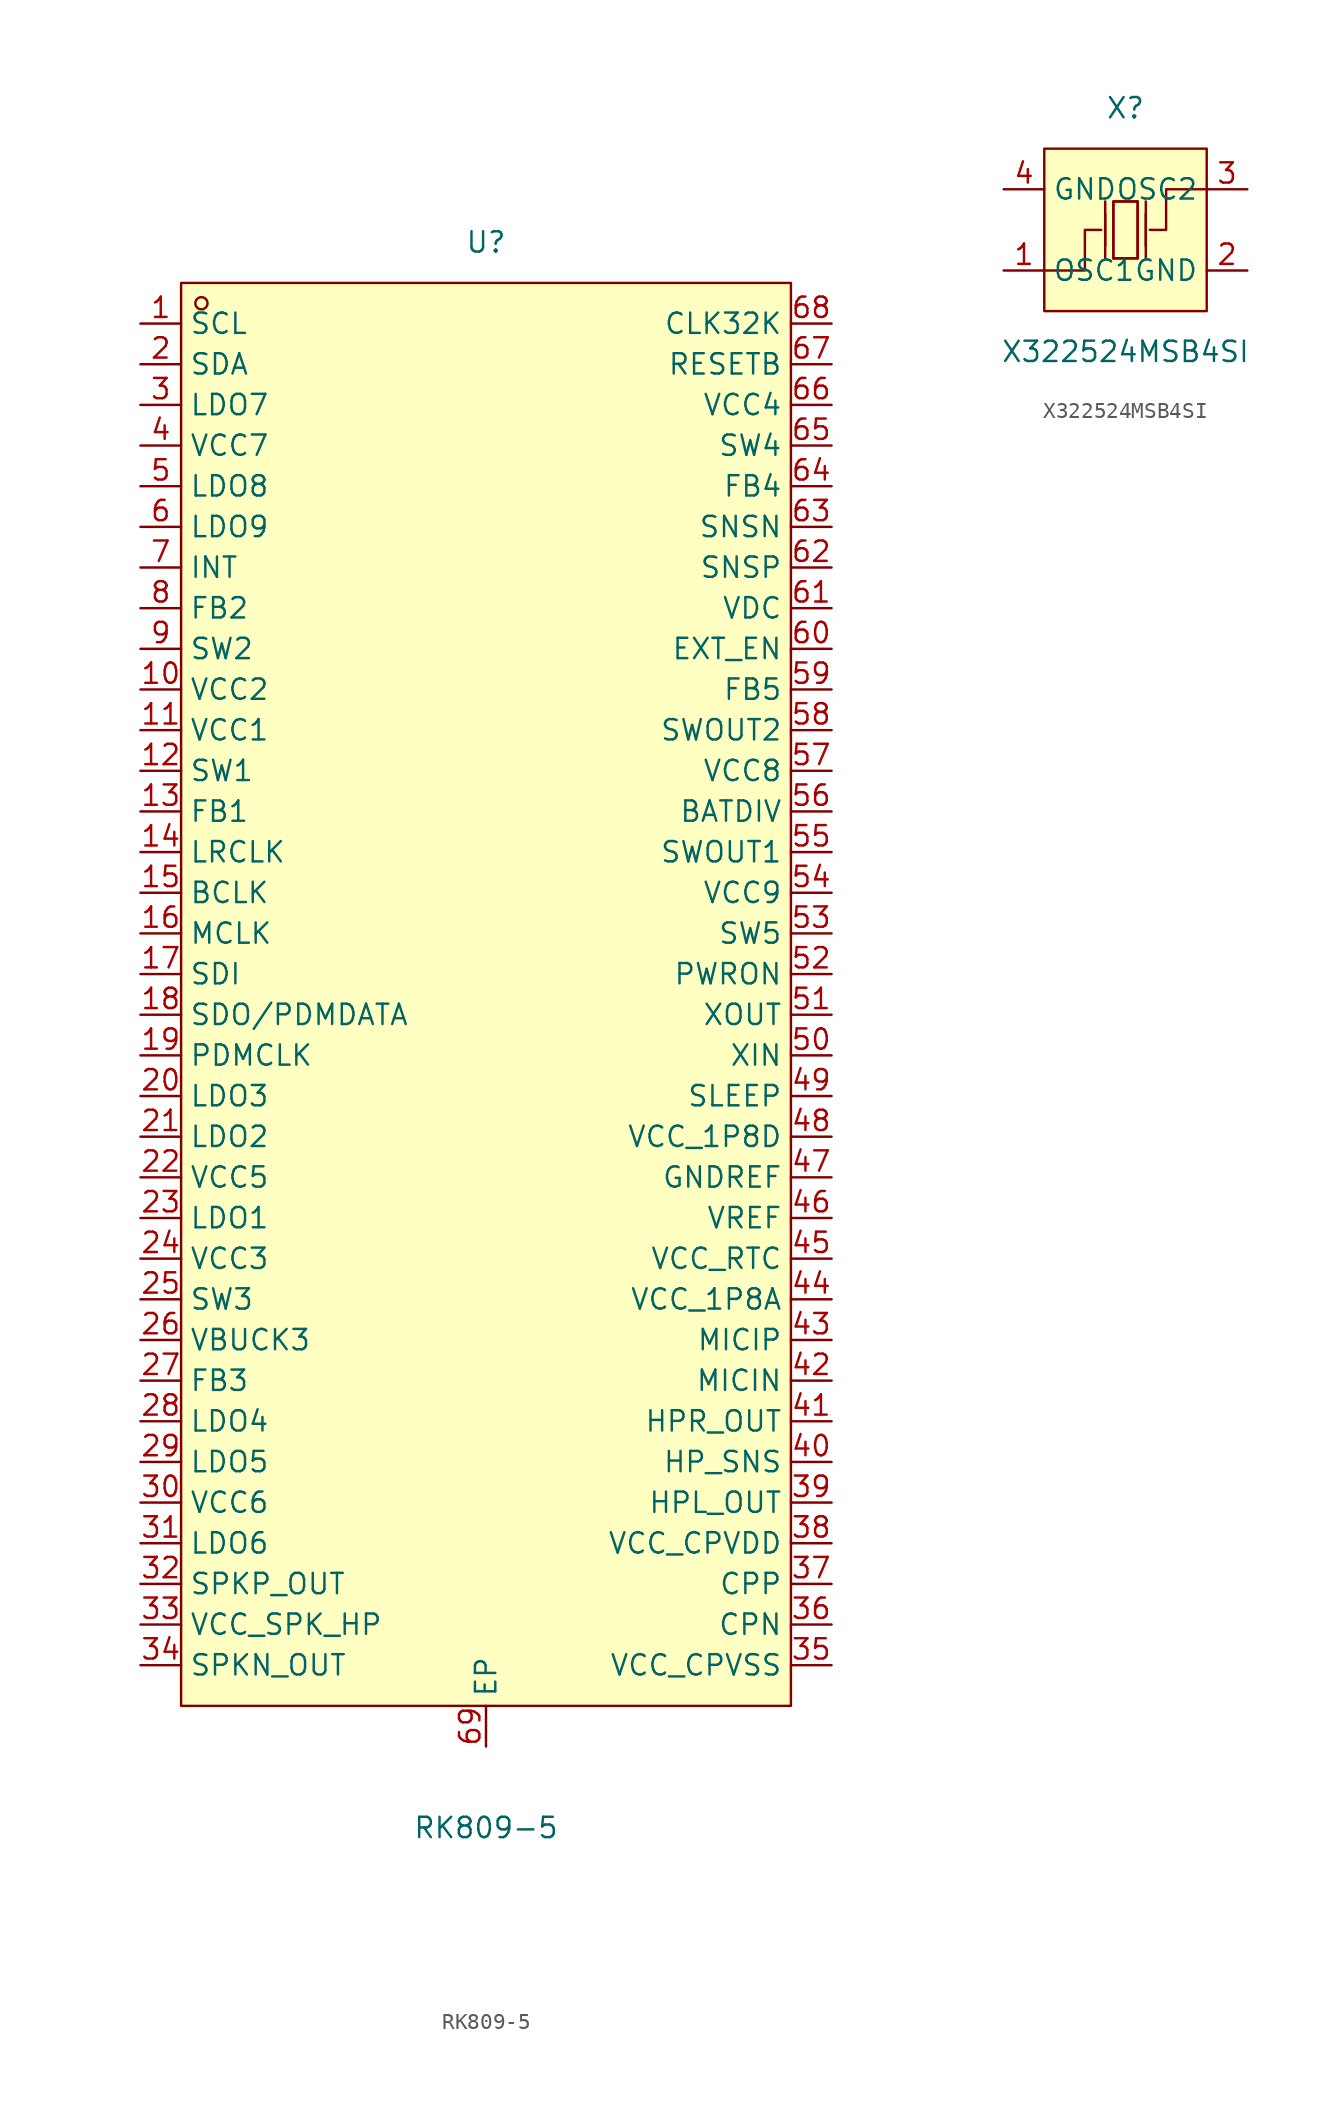
<source format=kicad_sym>
(kicad_symbol_lib
  (version 20211014)
  (generator https://github.com/uPesy/easyeda2kicad.py)
  (symbol "RK809-5"
    (property "Reference" "U"
      (at 0 46.99 0)
      (effects (font (size 1.27 1.27))))
    (property "Value" "RK809-5"
      (at 0 -52.07 0)
      (effects (font (size 1.27 1.27))))
    (symbol "RK809-5_0_1"
      (rectangle (start -19.05 44.45) (end 19.05 -44.45) (stroke (width 0) (type default) (color 0 0 0 0)) (fill (type background)))
      (circle (center -17.78 43.18) (radius 0.38) (stroke (width 0) (type default) (color 0 0 0 0)) (fill (type none)))
      (pin unspecified line (at -21.59 41.91 0) (length 2.54) (name "SCL" (effects (font (size 1.27 1.27)))) (number "1" (effects (font (size 1.27 1.27)))))
      (pin unspecified line (at -21.59 39.37 0) (length 2.54) (name "SDA" (effects (font (size 1.27 1.27)))) (number "2" (effects (font (size 1.27 1.27)))))
      (pin unspecified line (at -21.59 36.83 0) (length 2.54) (name "LDO7" (effects (font (size 1.27 1.27)))) (number "3" (effects (font (size 1.27 1.27)))))
      (pin unspecified line (at -21.59 34.29 0) (length 2.54) (name "VCC7" (effects (font (size 1.27 1.27)))) (number "4" (effects (font (size 1.27 1.27)))))
      (pin unspecified line (at -21.59 31.75 0) (length 2.54) (name "LDO8" (effects (font (size 1.27 1.27)))) (number "5" (effects (font (size 1.27 1.27)))))
      (pin unspecified line (at -21.59 29.21 0) (length 2.54) (name "LDO9" (effects (font (size 1.27 1.27)))) (number "6" (effects (font (size 1.27 1.27)))))
      (pin unspecified line (at -21.59 26.67 0) (length 2.54) (name "INT" (effects (font (size 1.27 1.27)))) (number "7" (effects (font (size 1.27 1.27)))))
      (pin unspecified line (at -21.59 24.13 0) (length 2.54) (name "FB2" (effects (font (size 1.27 1.27)))) (number "8" (effects (font (size 1.27 1.27)))))
      (pin unspecified line (at -21.59 21.59 0) (length 2.54) (name "SW2" (effects (font (size 1.27 1.27)))) (number "9" (effects (font (size 1.27 1.27)))))
      (pin unspecified line (at -21.59 19.05 0) (length 2.54) (name "VCC2" (effects (font (size 1.27 1.27)))) (number "10" (effects (font (size 1.27 1.27)))))
      (pin unspecified line (at -21.59 16.51 0) (length 2.54) (name "VCC1" (effects (font (size 1.27 1.27)))) (number "11" (effects (font (size 1.27 1.27)))))
      (pin unspecified line (at -21.59 13.97 0) (length 2.54) (name "SW1" (effects (font (size 1.27 1.27)))) (number "12" (effects (font (size 1.27 1.27)))))
      (pin unspecified line (at -21.59 11.43 0) (length 2.54) (name "FB1" (effects (font (size 1.27 1.27)))) (number "13" (effects (font (size 1.27 1.27)))))
      (pin unspecified line (at -21.59 8.89 0) (length 2.54) (name "LRCLK" (effects (font (size 1.27 1.27)))) (number "14" (effects (font (size 1.27 1.27)))))
      (pin unspecified line (at -21.59 6.35 0) (length 2.54) (name "BCLK" (effects (font (size 1.27 1.27)))) (number "15" (effects (font (size 1.27 1.27)))))
      (pin unspecified line (at -21.59 3.81 0) (length 2.54) (name "MCLK" (effects (font (size 1.27 1.27)))) (number "16" (effects (font (size 1.27 1.27)))))
      (pin unspecified line (at -21.59 1.27 0) (length 2.54) (name "SDI" (effects (font (size 1.27 1.27)))) (number "17" (effects (font (size 1.27 1.27)))))
      (pin unspecified line (at -21.59 -1.27 0) (length 2.54) (name "SDO/PDMDATA" (effects (font (size 1.27 1.27)))) (number "18" (effects (font (size 1.27 1.27)))))
      (pin unspecified line (at -21.59 -3.81 0) (length 2.54) (name "PDMCLK" (effects (font (size 1.27 1.27)))) (number "19" (effects (font (size 1.27 1.27)))))
      (pin unspecified line (at -21.59 -6.35 0) (length 2.54) (name "LDO3" (effects (font (size 1.27 1.27)))) (number "20" (effects (font (size 1.27 1.27)))))
      (pin unspecified line (at -21.59 -8.89 0) (length 2.54) (name "LDO2" (effects (font (size 1.27 1.27)))) (number "21" (effects (font (size 1.27 1.27)))))
      (pin unspecified line (at -21.59 -11.43 0) (length 2.54) (name "VCC5" (effects (font (size 1.27 1.27)))) (number "22" (effects (font (size 1.27 1.27)))))
      (pin unspecified line (at -21.59 -13.97 0) (length 2.54) (name "LDO1" (effects (font (size 1.27 1.27)))) (number "23" (effects (font (size 1.27 1.27)))))
      (pin unspecified line (at -21.59 -16.51 0) (length 2.54) (name "VCC3" (effects (font (size 1.27 1.27)))) (number "24" (effects (font (size 1.27 1.27)))))
      (pin unspecified line (at -21.59 -19.05 0) (length 2.54) (name "SW3" (effects (font (size 1.27 1.27)))) (number "25" (effects (font (size 1.27 1.27)))))
      (pin unspecified line (at -21.59 -21.59 0) (length 2.54) (name "VBUCK3" (effects (font (size 1.27 1.27)))) (number "26" (effects (font (size 1.27 1.27)))))
      (pin unspecified line (at -21.59 -24.13 0) (length 2.54) (name "FB3" (effects (font (size 1.27 1.27)))) (number "27" (effects (font (size 1.27 1.27)))))
      (pin unspecified line (at -21.59 -26.67 0) (length 2.54) (name "LDO4" (effects (font (size 1.27 1.27)))) (number "28" (effects (font (size 1.27 1.27)))))
      (pin unspecified line (at -21.59 -29.21 0) (length 2.54) (name "LDO5" (effects (font (size 1.27 1.27)))) (number "29" (effects (font (size 1.27 1.27)))))
      (pin unspecified line (at -21.59 -31.75 0) (length 2.54) (name "VCC6" (effects (font (size 1.27 1.27)))) (number "30" (effects (font (size 1.27 1.27)))))
      (pin unspecified line (at -21.59 -34.29 0) (length 2.54) (name "LDO6" (effects (font (size 1.27 1.27)))) (number "31" (effects (font (size 1.27 1.27)))))
      (pin unspecified line (at -21.59 -36.83 0) (length 2.54) (name "SPKP_OUT" (effects (font (size 1.27 1.27)))) (number "32" (effects (font (size 1.27 1.27)))))
      (pin unspecified line (at -21.59 -39.37 0) (length 2.54) (name "VCC_SPK_HP" (effects (font (size 1.27 1.27)))) (number "33" (effects (font (size 1.27 1.27)))))
      (pin unspecified line (at -21.59 -41.91 0) (length 2.54) (name "SPKN_OUT" (effects (font (size 1.27 1.27)))) (number "34" (effects (font (size 1.27 1.27)))))
      (pin unspecified line (at 21.59 -41.91 180) (length 2.54) (name "VCC_CPVSS" (effects (font (size 1.27 1.27)))) (number "35" (effects (font (size 1.27 1.27)))))
      (pin unspecified line (at 21.59 -39.37 180) (length 2.54) (name "CPN" (effects (font (size 1.27 1.27)))) (number "36" (effects (font (size 1.27 1.27)))))
      (pin unspecified line (at 21.59 -36.83 180) (length 2.54) (name "CPP" (effects (font (size 1.27 1.27)))) (number "37" (effects (font (size 1.27 1.27)))))
      (pin unspecified line (at 21.59 -34.29 180) (length 2.54) (name "VCC_CPVDD" (effects (font (size 1.27 1.27)))) (number "38" (effects (font (size 1.27 1.27)))))
      (pin unspecified line (at 21.59 -31.75 180) (length 2.54) (name "HPL_OUT" (effects (font (size 1.27 1.27)))) (number "39" (effects (font (size 1.27 1.27)))))
      (pin unspecified line (at 21.59 -29.21 180) (length 2.54) (name "HP_SNS" (effects (font (size 1.27 1.27)))) (number "40" (effects (font (size 1.27 1.27)))))
      (pin unspecified line (at 21.59 -26.67 180) (length 2.54) (name "HPR_OUT" (effects (font (size 1.27 1.27)))) (number "41" (effects (font (size 1.27 1.27)))))
      (pin unspecified line (at 21.59 -24.13 180) (length 2.54) (name "MICIN" (effects (font (size 1.27 1.27)))) (number "42" (effects (font (size 1.27 1.27)))))
      (pin unspecified line (at 21.59 -21.59 180) (length 2.54) (name "MICIP" (effects (font (size 1.27 1.27)))) (number "43" (effects (font (size 1.27 1.27)))))
      (pin unspecified line (at 21.59 -19.05 180) (length 2.54) (name "VCC_1P8A" (effects (font (size 1.27 1.27)))) (number "44" (effects (font (size 1.27 1.27)))))
      (pin unspecified line (at 21.59 -16.51 180) (length 2.54) (name "VCC_RTC" (effects (font (size 1.27 1.27)))) (number "45" (effects (font (size 1.27 1.27)))))
      (pin unspecified line (at 21.59 -13.97 180) (length 2.54) (name "VREF" (effects (font (size 1.27 1.27)))) (number "46" (effects (font (size 1.27 1.27)))))
      (pin unspecified line (at 21.59 -11.43 180) (length 2.54) (name "GNDREF" (effects (font (size 1.27 1.27)))) (number "47" (effects (font (size 1.27 1.27)))))
      (pin unspecified line (at 21.59 -8.89 180) (length 2.54) (name "VCC_1P8D" (effects (font (size 1.27 1.27)))) (number "48" (effects (font (size 1.27 1.27)))))
      (pin unspecified line (at 21.59 -6.35 180) (length 2.54) (name "SLEEP" (effects (font (size 1.27 1.27)))) (number "49" (effects (font (size 1.27 1.27)))))
      (pin unspecified line (at 21.59 -3.81 180) (length 2.54) (name "XIN" (effects (font (size 1.27 1.27)))) (number "50" (effects (font (size 1.27 1.27)))))
      (pin unspecified line (at 21.59 -1.27 180) (length 2.54) (name "XOUT" (effects (font (size 1.27 1.27)))) (number "51" (effects (font (size 1.27 1.27)))))
      (pin unspecified line (at 21.59 1.27 180) (length 2.54) (name "PWRON" (effects (font (size 1.27 1.27)))) (number "52" (effects (font (size 1.27 1.27)))))
      (pin unspecified line (at 21.59 3.81 180) (length 2.54) (name "SW5" (effects (font (size 1.27 1.27)))) (number "53" (effects (font (size 1.27 1.27)))))
      (pin unspecified line (at 21.59 6.35 180) (length 2.54) (name "VCC9" (effects (font (size 1.27 1.27)))) (number "54" (effects (font (size 1.27 1.27)))))
      (pin unspecified line (at 21.59 8.89 180) (length 2.54) (name "SWOUT1" (effects (font (size 1.27 1.27)))) (number "55" (effects (font (size 1.27 1.27)))))
      (pin unspecified line (at 21.59 11.43 180) (length 2.54) (name "BATDIV" (effects (font (size 1.27 1.27)))) (number "56" (effects (font (size 1.27 1.27)))))
      (pin unspecified line (at 21.59 13.97 180) (length 2.54) (name "VCC8" (effects (font (size 1.27 1.27)))) (number "57" (effects (font (size 1.27 1.27)))))
      (pin unspecified line (at 21.59 16.51 180) (length 2.54) (name "SWOUT2" (effects (font (size 1.27 1.27)))) (number "58" (effects (font (size 1.27 1.27)))))
      (pin unspecified line (at 21.59 19.05 180) (length 2.54) (name "FB5" (effects (font (size 1.27 1.27)))) (number "59" (effects (font (size 1.27 1.27)))))
      (pin unspecified line (at 21.59 21.59 180) (length 2.54) (name "EXT_EN" (effects (font (size 1.27 1.27)))) (number "60" (effects (font (size 1.27 1.27)))))
      (pin unspecified line (at 21.59 24.13 180) (length 2.54) (name "VDC" (effects (font (size 1.27 1.27)))) (number "61" (effects (font (size 1.27 1.27)))))
      (pin unspecified line (at 21.59 26.67 180) (length 2.54) (name "SNSP" (effects (font (size 1.27 1.27)))) (number "62" (effects (font (size 1.27 1.27)))))
      (pin unspecified line (at 21.59 29.21 180) (length 2.54) (name "SNSN" (effects (font (size 1.27 1.27)))) (number "63" (effects (font (size 1.27 1.27)))))
      (pin unspecified line (at 21.59 31.75 180) (length 2.54) (name "FB4" (effects (font (size 1.27 1.27)))) (number "64" (effects (font (size 1.27 1.27)))))
      (pin unspecified line (at 21.59 34.29 180) (length 2.54) (name "SW4" (effects (font (size 1.27 1.27)))) (number "65" (effects (font (size 1.27 1.27)))))
      (pin unspecified line (at 21.59 36.83 180) (length 2.54) (name "VCC4" (effects (font (size 1.27 1.27)))) (number "66" (effects (font (size 1.27 1.27)))))
      (pin unspecified line (at 21.59 39.37 180) (length 2.54) (name "RESETB" (effects (font (size 1.27 1.27)))) (number "67" (effects (font (size 1.27 1.27)))))
      (pin unspecified line (at 21.59 41.91 180) (length 2.54) (name "CLK32K" (effects (font (size 1.27 1.27)))) (number "68" (effects (font (size 1.27 1.27)))))
      (pin unspecified line (at 0.00 -46.99 90) (length 2.54) (name "EP" (effects (font (size 1.27 1.27)))) (number "69" (effects (font (size 1.27 1.27)))))))
  (symbol "X322524MSB4SI"
    (property "Reference" "X"
      (at 0 7.62 0)
      (effects (font (size 1.27 1.27))))
    (property "Value" "X322524MSB4SI"
      (at 0 -7.62 0)
      (effects (font (size 1.27 1.27))))
    (symbol "X322524MSB4SI_0_1"
      (rectangle (start -5.08 5.08) (end 5.08 -5.08) (stroke (width 0) (type default) (color 0 0 0 0)) (fill (type background)))
      (polyline (pts (xy -1.27 -1.02) (xy -1.27 1.02)) (stroke (width 0) (type default) (color 0 0 0 0)) (fill (type none)))
      (polyline (pts (xy 0.76 -1.78) (xy -0.76 -1.78)) (stroke (width 0) (type default) (color 0 0 0 0)) (fill (type none)))
      (polyline (pts (xy 1.27 -1.02) (xy 1.27 1.02)) (stroke (width 0) (type default) (color 0 0 0 0)) (fill (type none)))
      (polyline (pts (xy -0.76 -1.78) (xy -0.76 1.78) (xy 0.76 1.78) (xy 0.76 -1.78)) (stroke (width 0) (type default) (color 0 0 0 0)) (fill (type none)))
      (polyline (pts (xy 5.08 2.54) (xy 2.54 2.54) (xy 2.54 -0.00) (xy 1.52 -0.00)) (stroke (width 0) (type default) (color 0 0 0 0)) (fill (type none)))
      (polyline (pts (xy -5.08 -2.54) (xy -2.54 -2.54) (xy -2.54 -0.00) (xy -1.52 -0.00)) (stroke (width 0) (type default) (color 0 0 0 0)) (fill (type none)))
      (polyline (pts (xy 1.27 -1.78) (xy 1.27 1.78)) (stroke (width 0) (type default) (color 0 0 0 0)) (fill (type none)))
      (polyline (pts (xy -1.27 -1.78) (xy -1.27 1.78)) (stroke (width 0) (type default) (color 0 0 0 0)) (fill (type none)))
      (polyline (pts (xy 0.76 1.78) (xy 0.76 -1.78) (xy -0.76 -1.78) (xy -0.76 1.78) (xy 0.76 1.78)) (stroke (width 0) (type default) (color 0 0 0 0)) (fill (type background)))
      (pin unspecified line (at -7.62 2.54 0) (length 2.54) (name "GND" (effects (font (size 1.27 1.27)))) (number "4" (effects (font (size 1.27 1.27)))))
      (pin unspecified line (at 7.62 -2.54 180) (length 2.54) (name "GND" (effects (font (size 1.27 1.27)))) (number "2" (effects (font (size 1.27 1.27)))))
      (pin unspecified line (at -7.62 -2.54 0) (length 2.54) (name "OSC1" (effects (font (size 1.27 1.27)))) (number "1" (effects (font (size 1.27 1.27)))))
      (pin unspecified line (at 7.62 2.54 180) (length 2.54) (name "OSC2" (effects (font (size 1.27 1.27)))) (number "3" (effects (font (size 1.27 1.27))))))))
</source>
